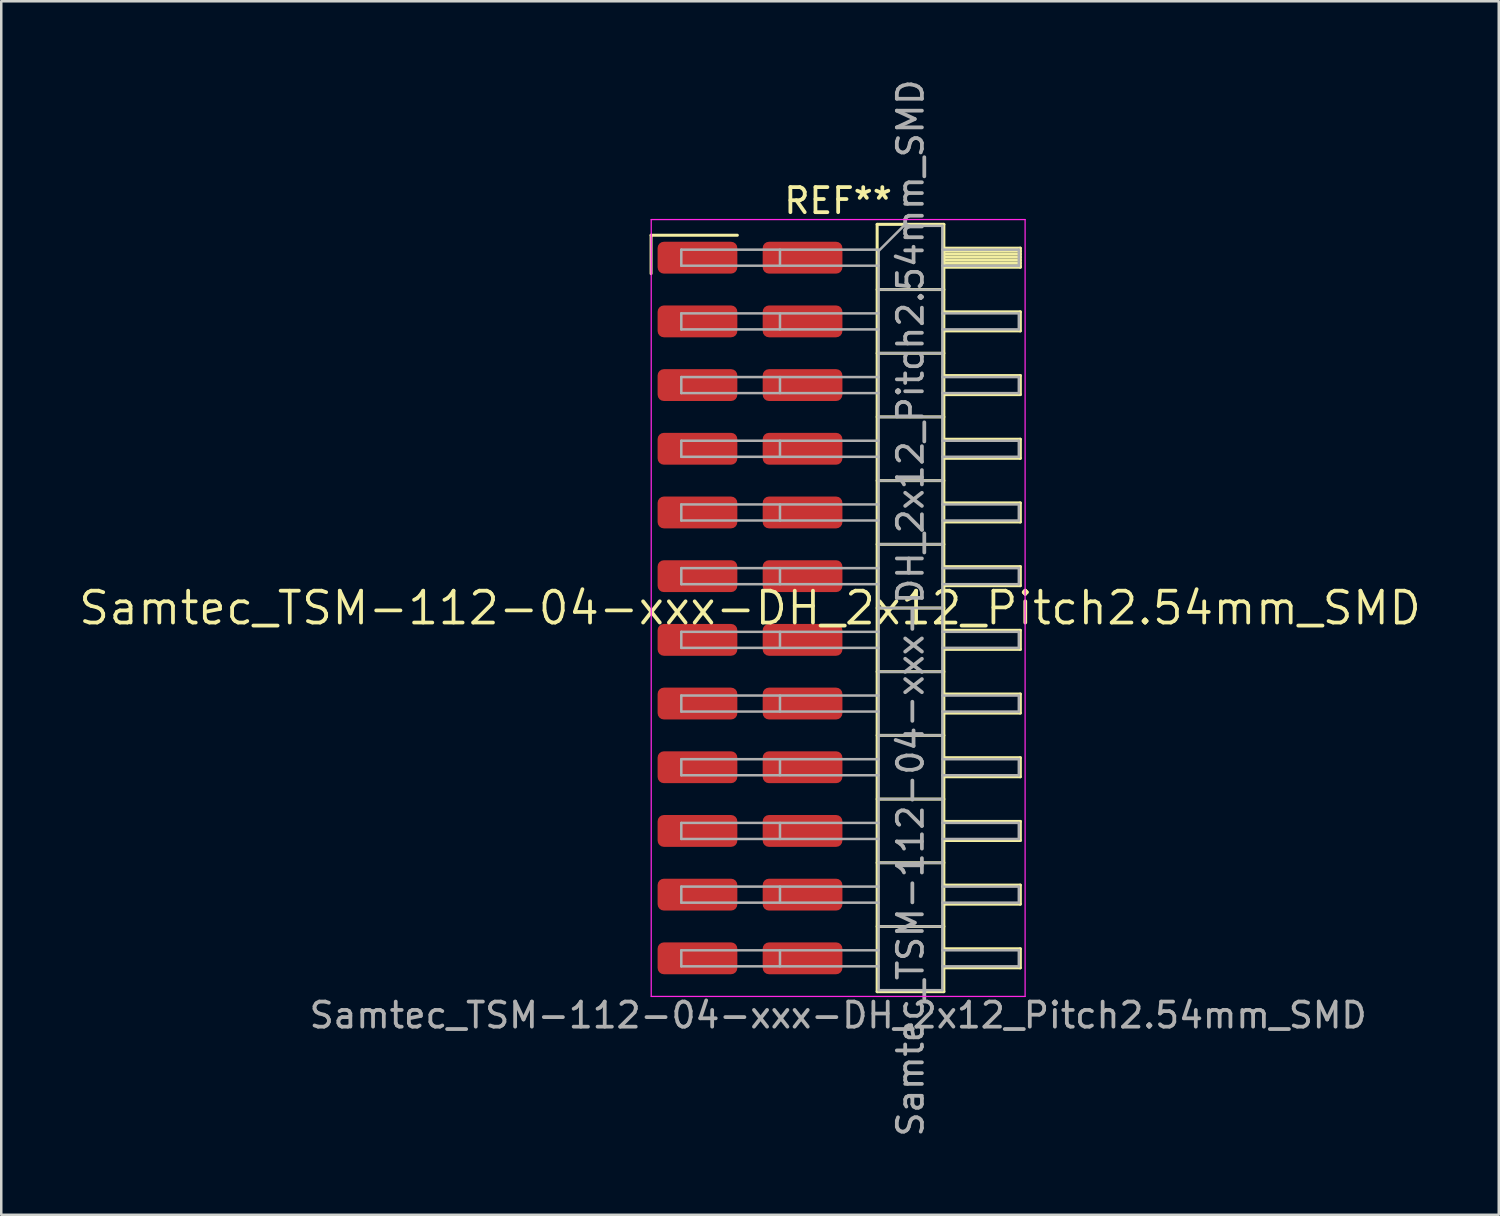
<source format=kicad_pcb>
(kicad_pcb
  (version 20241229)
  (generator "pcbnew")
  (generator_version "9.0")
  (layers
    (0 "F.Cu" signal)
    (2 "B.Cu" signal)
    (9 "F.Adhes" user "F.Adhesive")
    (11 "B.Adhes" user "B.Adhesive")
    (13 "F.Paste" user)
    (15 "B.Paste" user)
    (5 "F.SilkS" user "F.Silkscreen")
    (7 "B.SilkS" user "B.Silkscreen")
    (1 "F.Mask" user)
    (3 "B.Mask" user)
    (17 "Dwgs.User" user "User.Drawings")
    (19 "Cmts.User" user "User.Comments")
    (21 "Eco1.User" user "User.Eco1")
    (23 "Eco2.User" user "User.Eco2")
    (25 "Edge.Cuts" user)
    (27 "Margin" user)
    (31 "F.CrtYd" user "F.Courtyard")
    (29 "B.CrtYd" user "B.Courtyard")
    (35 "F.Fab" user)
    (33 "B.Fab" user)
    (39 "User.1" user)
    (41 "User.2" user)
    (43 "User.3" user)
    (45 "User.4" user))
  (footprint "Samtec_TSM-112-04-xxx-DH_2x12_Pitch2.54mm_SMD"
    (layer "F.Cu")
    (at 26.859 21.196)
    (property "Reference" "Samtec_TSM-112-04-xxx-DH_2x12_Pitch2.54mm_SMD" (at 0 0 0) (layer "F.SilkS") (effects (font (size 1.27 1.27) (thickness 0.15))))
    (attr smd)
    (fp_line (start -3.945 -14.865) (end -0.505 -14.865) (stroke (width 0.12) (type solid)) (layer "F.SilkS"))
    (fp_line (start -3.945 -13.335) (end -3.945 -14.865) (stroke (width 0.12) (type solid)) (layer "F.SilkS"))
    (fp_line (start 5.07 -15.3) (end 7.73 -15.3) (stroke (width 0.12) (type solid)) (layer "F.SilkS"))
    (fp_line (start 5.07 -12.7) (end 7.73 -12.7) (stroke (width 0.12) (type solid)) (layer "F.SilkS"))
    (fp_line (start 5.07 -10.16) (end 7.73 -10.16) (stroke (width 0.12) (type solid)) (layer "F.SilkS"))
    (fp_line (start 5.07 -7.62) (end 7.73 -7.62) (stroke (width 0.12) (type solid)) (layer "F.SilkS"))
    (fp_line (start 5.07 -5.08) (end 7.73 -5.08) (stroke (width 0.12) (type solid)) (layer "F.SilkS"))
    (fp_line (start 5.07 -2.54) (end 7.73 -2.54) (stroke (width 0.12) (type solid)) (layer "F.SilkS"))
    (fp_line (start 5.07 0) (end 7.73 0) (stroke (width 0.12) (type solid)) (layer "F.SilkS"))
    (fp_line (start 5.07 2.54) (end 7.73 2.54) (stroke (width 0.12) (type solid)) (layer "F.SilkS"))
    (fp_line (start 5.07 5.08) (end 7.73 5.08) (stroke (width 0.12) (type solid)) (layer "F.SilkS"))
    (fp_line (start 5.07 7.62) (end 7.73 7.62) (stroke (width 0.12) (type solid)) (layer "F.SilkS"))
    (fp_line (start 5.07 10.16) (end 7.73 10.16) (stroke (width 0.12) (type solid)) (layer "F.SilkS"))
    (fp_line (start 5.07 12.7) (end 7.73 12.7) (stroke (width 0.12) (type solid)) (layer "F.SilkS"))
    (fp_line (start 5.07 15.3) (end 5.07 -15.3) (stroke (width 0.12) (type solid)) (layer "F.SilkS"))
    (fp_line (start 7.73 -15.3) (end 7.73 15.3) (stroke (width 0.12) (type solid)) (layer "F.SilkS"))
    (fp_line (start 7.73 -14.35) (end 10.78 -14.35) (stroke (width 0.12) (type solid)) (layer "F.SilkS"))
    (fp_line (start 7.73 -14.23) (end 10.78 -14.23) (stroke (width 0.12) (type solid)) (layer "F.SilkS"))
    (fp_line (start 7.73 -14.11) (end 10.78 -14.11) (stroke (width 0.12) (type solid)) (layer "F.SilkS"))
    (fp_line (start 7.73 -13.99) (end 10.78 -13.99) (stroke (width 0.12) (type solid)) (layer "F.SilkS"))
    (fp_line (start 7.73 -13.87) (end 10.78 -13.87) (stroke (width 0.12) (type solid)) (layer "F.SilkS"))
    (fp_line (start 7.73 -13.75) (end 10.78 -13.75) (stroke (width 0.12) (type solid)) (layer "F.SilkS"))
    (fp_line (start 7.73 -13.63) (end 10.78 -13.63) (stroke (width 0.12) (type solid)) (layer "F.SilkS"))
    (fp_line (start 7.73 -13.59) (end 10.78 -13.59) (stroke (width 0.12) (type solid)) (layer "F.SilkS"))
    (fp_line (start 7.73 -11.81) (end 10.78 -11.81) (stroke (width 0.12) (type solid)) (layer "F.SilkS"))
    (fp_line (start 7.73 -11.05) (end 10.78 -11.05) (stroke (width 0.12) (type solid)) (layer "F.SilkS"))
    (fp_line (start 7.73 -9.27) (end 10.78 -9.27) (stroke (width 0.12) (type solid)) (layer "F.SilkS"))
    (fp_line (start 7.73 -8.51) (end 10.78 -8.51) (stroke (width 0.12) (type solid)) (layer "F.SilkS"))
    (fp_line (start 7.73 -6.73) (end 10.78 -6.73) (stroke (width 0.12) (type solid)) (layer "F.SilkS"))
    (fp_line (start 7.73 -5.97) (end 10.78 -5.97) (stroke (width 0.12) (type solid)) (layer "F.SilkS"))
    (fp_line (start 7.73 -4.19) (end 10.78 -4.19) (stroke (width 0.12) (type solid)) (layer "F.SilkS"))
    (fp_line (start 7.73 -3.43) (end 10.78 -3.43) (stroke (width 0.12) (type solid)) (layer "F.SilkS"))
    (fp_line (start 7.73 -1.65) (end 10.78 -1.65) (stroke (width 0.12) (type solid)) (layer "F.SilkS"))
    (fp_line (start 7.73 -0.89) (end 10.78 -0.89) (stroke (width 0.12) (type solid)) (layer "F.SilkS"))
    (fp_line (start 7.73 0.89) (end 10.78 0.89) (stroke (width 0.12) (type solid)) (layer "F.SilkS"))
    (fp_line (start 7.73 1.65) (end 10.78 1.65) (stroke (width 0.12) (type solid)) (layer "F.SilkS"))
    (fp_line (start 7.73 3.43) (end 10.78 3.43) (stroke (width 0.12) (type solid)) (layer "F.SilkS"))
    (fp_line (start 7.73 4.19) (end 10.78 4.19) (stroke (width 0.12) (type solid)) (layer "F.SilkS"))
    (fp_line (start 7.73 5.97) (end 10.78 5.97) (stroke (width 0.12) (type solid)) (layer "F.SilkS"))
    (fp_line (start 7.73 6.73) (end 10.78 6.73) (stroke (width 0.12) (type solid)) (layer "F.SilkS"))
    (fp_line (start 7.73 8.51) (end 10.78 8.51) (stroke (width 0.12) (type solid)) (layer "F.SilkS"))
    (fp_line (start 7.73 9.27) (end 10.78 9.27) (stroke (width 0.12) (type solid)) (layer "F.SilkS"))
    (fp_line (start 7.73 11.05) (end 10.78 11.05) (stroke (width 0.12) (type solid)) (layer "F.SilkS"))
    (fp_line (start 7.73 11.81) (end 10.78 11.81) (stroke (width 0.12) (type solid)) (layer "F.SilkS"))
    (fp_line (start 7.73 13.59) (end 10.78 13.59) (stroke (width 0.12) (type solid)) (layer "F.SilkS"))
    (fp_line (start 7.73 14.35) (end 10.78 14.35) (stroke (width 0.12) (type solid)) (layer "F.SilkS"))
    (fp_line (start 7.73 15.3) (end 5.07 15.3) (stroke (width 0.12) (type solid)) (layer "F.SilkS"))
    (fp_line (start 10.78 -14.35) (end 10.78 -13.59) (stroke (width 0.12) (type solid)) (layer "F.SilkS"))
    (fp_line (start 10.78 -11.81) (end 10.78 -11.05) (stroke (width 0.12) (type solid)) (layer "F.SilkS"))
    (fp_line (start 10.78 -9.27) (end 10.78 -8.51) (stroke (width 0.12) (type solid)) (layer "F.SilkS"))
    (fp_line (start 10.78 -6.73) (end 10.78 -5.97) (stroke (width 0.12) (type solid)) (layer "F.SilkS"))
    (fp_line (start 10.78 -4.19) (end 10.78 -3.43) (stroke (width 0.12) (type solid)) (layer "F.SilkS"))
    (fp_line (start 10.78 -1.65) (end 10.78 -0.89) (stroke (width 0.12) (type solid)) (layer "F.SilkS"))
    (fp_line (start 10.78 0.89) (end 10.78 1.65) (stroke (width 0.12) (type solid)) (layer "F.SilkS"))
    (fp_line (start 10.78 3.43) (end 10.78 4.19) (stroke (width 0.12) (type solid)) (layer "F.SilkS"))
    (fp_line (start 10.78 5.97) (end 10.78 6.73) (stroke (width 0.12) (type solid)) (layer "F.SilkS"))
    (fp_line (start 10.78 8.51) (end 10.78 9.27) (stroke (width 0.12) (type solid)) (layer "F.SilkS"))
    (fp_line (start 10.78 11.05) (end 10.78 11.81) (stroke (width 0.12) (type solid)) (layer "F.SilkS"))
    (fp_line (start 10.78 13.59) (end 10.78 14.35) (stroke (width 0.12) (type solid)) (layer "F.SilkS"))
    (fp_line (start -3.94 -15.49) (end 10.97 -15.49) (stroke (width 0.05) (type solid)) (layer "F.CrtYd"))
    (fp_line (start -3.94 15.49) (end -3.94 -15.49) (stroke (width 0.05) (type solid)) (layer "F.CrtYd"))
    (fp_line (start 10.97 -15.49) (end 10.97 15.49) (stroke (width 0.05) (type solid)) (layer "F.CrtYd"))
    (fp_line (start 10.97 15.49) (end -3.94 15.49) (stroke (width 0.05) (type solid)) (layer "F.CrtYd"))
    (fp_line (start -2.74 -14.29) (end -2.74 -13.65) (stroke (width 0.1) (type solid)) (layer "F.Fab"))
    (fp_line (start -2.74 -14.29) (end 5.13 -14.29) (stroke (width 0.1) (type solid)) (layer "F.Fab"))
    (fp_line (start -2.74 -13.65) (end 5.13 -13.65) (stroke (width 0.1) (type solid)) (layer "F.Fab"))
    (fp_line (start -2.74 -11.75) (end -2.74 -11.11) (stroke (width 0.1) (type solid)) (layer "F.Fab"))
    (fp_line (start -2.74 -11.75) (end 5.13 -11.75) (stroke (width 0.1) (type solid)) (layer "F.Fab"))
    (fp_line (start -2.74 -11.11) (end 5.13 -11.11) (stroke (width 0.1) (type solid)) (layer "F.Fab"))
    (fp_line (start -2.74 -9.21) (end -2.74 -8.57) (stroke (width 0.1) (type solid)) (layer "F.Fab"))
    (fp_line (start -2.74 -9.21) (end 5.13 -9.21) (stroke (width 0.1) (type solid)) (layer "F.Fab"))
    (fp_line (start -2.74 -8.57) (end 5.13 -8.57) (stroke (width 0.1) (type solid)) (layer "F.Fab"))
    (fp_line (start -2.74 -6.67) (end -2.74 -6.03) (stroke (width 0.1) (type solid)) (layer "F.Fab"))
    (fp_line (start -2.74 -6.67) (end 5.13 -6.67) (stroke (width 0.1) (type solid)) (layer "F.Fab"))
    (fp_line (start -2.74 -6.03) (end 5.13 -6.03) (stroke (width 0.1) (type solid)) (layer "F.Fab"))
    (fp_line (start -2.74 -4.13) (end -2.74 -3.49) (stroke (width 0.1) (type solid)) (layer "F.Fab"))
    (fp_line (start -2.74 -4.13) (end 5.13 -4.13) (stroke (width 0.1) (type solid)) (layer "F.Fab"))
    (fp_line (start -2.74 -3.49) (end 5.13 -3.49) (stroke (width 0.1) (type solid)) (layer "F.Fab"))
    (fp_line (start -2.74 -1.59) (end -2.74 -0.95) (stroke (width 0.1) (type solid)) (layer "F.Fab"))
    (fp_line (start -2.74 -1.59) (end 5.13 -1.59) (stroke (width 0.1) (type solid)) (layer "F.Fab"))
    (fp_line (start -2.74 -0.95) (end 5.13 -0.95) (stroke (width 0.1) (type solid)) (layer "F.Fab"))
    (fp_line (start -2.74 0.95) (end -2.74 1.59) (stroke (width 0.1) (type solid)) (layer "F.Fab"))
    (fp_line (start -2.74 0.95) (end 5.13 0.95) (stroke (width 0.1) (type solid)) (layer "F.Fab"))
    (fp_line (start -2.74 1.59) (end 5.13 1.59) (stroke (width 0.1) (type solid)) (layer "F.Fab"))
    (fp_line (start -2.74 3.49) (end -2.74 4.13) (stroke (width 0.1) (type solid)) (layer "F.Fab"))
    (fp_line (start -2.74 3.49) (end 5.13 3.49) (stroke (width 0.1) (type solid)) (layer "F.Fab"))
    (fp_line (start -2.74 4.13) (end 5.13 4.13) (stroke (width 0.1) (type solid)) (layer "F.Fab"))
    (fp_line (start -2.74 6.03) (end -2.74 6.67) (stroke (width 0.1) (type solid)) (layer "F.Fab"))
    (fp_line (start -2.74 6.03) (end 5.13 6.03) (stroke (width 0.1) (type solid)) (layer "F.Fab"))
    (fp_line (start -2.74 6.67) (end 5.13 6.67) (stroke (width 0.1) (type solid)) (layer "F.Fab"))
    (fp_line (start -2.74 8.57) (end -2.74 9.21) (stroke (width 0.1) (type solid)) (layer "F.Fab"))
    (fp_line (start -2.74 8.57) (end 5.13 8.57) (stroke (width 0.1) (type solid)) (layer "F.Fab"))
    (fp_line (start -2.74 9.21) (end 5.13 9.21) (stroke (width 0.1) (type solid)) (layer "F.Fab"))
    (fp_line (start -2.74 11.11) (end -2.74 11.75) (stroke (width 0.1) (type solid)) (layer "F.Fab"))
    (fp_line (start -2.74 11.11) (end 5.13 11.11) (stroke (width 0.1) (type solid)) (layer "F.Fab"))
    (fp_line (start -2.74 11.75) (end 5.13 11.75) (stroke (width 0.1) (type solid)) (layer "F.Fab"))
    (fp_line (start -2.74 13.65) (end -2.74 14.29) (stroke (width 0.1) (type solid)) (layer "F.Fab"))
    (fp_line (start -2.74 13.65) (end 5.13 13.65) (stroke (width 0.1) (type solid)) (layer "F.Fab"))
    (fp_line (start -2.74 14.29) (end 5.13 14.29) (stroke (width 0.1) (type solid)) (layer "F.Fab"))
    (fp_line (start 1.195 -14.29) (end 1.195 -13.65) (stroke (width 0.1) (type solid)) (layer "F.Fab"))
    (fp_line (start 1.195 -11.75) (end 1.195 -11.11) (stroke (width 0.1) (type solid)) (layer "F.Fab"))
    (fp_line (start 1.195 -9.21) (end 1.195 -8.57) (stroke (width 0.1) (type solid)) (layer "F.Fab"))
    (fp_line (start 1.195 -6.67) (end 1.195 -6.03) (stroke (width 0.1) (type solid)) (layer "F.Fab"))
    (fp_line (start 1.195 -4.13) (end 1.195 -3.49) (stroke (width 0.1) (type solid)) (layer "F.Fab"))
    (fp_line (start 1.195 -1.59) (end 1.195 -0.95) (stroke (width 0.1) (type solid)) (layer "F.Fab"))
    (fp_line (start 1.195 0.95) (end 1.195 1.59) (stroke (width 0.1) (type solid)) (layer "F.Fab"))
    (fp_line (start 1.195 3.49) (end 1.195 4.13) (stroke (width 0.1) (type solid)) (layer "F.Fab"))
    (fp_line (start 1.195 6.03) (end 1.195 6.67) (stroke (width 0.1) (type solid)) (layer "F.Fab"))
    (fp_line (start 1.195 8.57) (end 1.195 9.21) (stroke (width 0.1) (type solid)) (layer "F.Fab"))
    (fp_line (start 1.195 11.11) (end 1.195 11.75) (stroke (width 0.1) (type solid)) (layer "F.Fab"))
    (fp_line (start 1.195 13.65) (end 1.195 14.29) (stroke (width 0.1) (type solid)) (layer "F.Fab"))
    (fp_line (start 5.13 -14.24) (end 6.13 -15.24) (stroke (width 0.1) (type solid)) (layer "F.Fab"))
    (fp_line (start 5.13 -12.7) (end 7.67 -12.7) (stroke (width 0.1) (type solid)) (layer "F.Fab"))
    (fp_line (start 5.13 -10.16) (end 7.67 -10.16) (stroke (width 0.1) (type solid)) (layer "F.Fab"))
    (fp_line (start 5.13 -7.62) (end 7.67 -7.62) (stroke (width 0.1) (type solid)) (layer "F.Fab"))
    (fp_line (start 5.13 -5.08) (end 7.67 -5.08) (stroke (width 0.1) (type solid)) (layer "F.Fab"))
    (fp_line (start 5.13 -2.54) (end 7.67 -2.54) (stroke (width 0.1) (type solid)) (layer "F.Fab"))
    (fp_line (start 5.13 0) (end 7.67 0) (stroke (width 0.1) (type solid)) (layer "F.Fab"))
    (fp_line (start 5.13 2.54) (end 7.67 2.54) (stroke (width 0.1) (type solid)) (layer "F.Fab"))
    (fp_line (start 5.13 5.08) (end 7.67 5.08) (stroke (width 0.1) (type solid)) (layer "F.Fab"))
    (fp_line (start 5.13 7.62) (end 7.67 7.62) (stroke (width 0.1) (type solid)) (layer "F.Fab"))
    (fp_line (start 5.13 10.16) (end 7.67 10.16) (stroke (width 0.1) (type solid)) (layer "F.Fab"))
    (fp_line (start 5.13 12.7) (end 7.67 12.7) (stroke (width 0.1) (type solid)) (layer "F.Fab"))
    (fp_line (start 5.13 15.24) (end 5.13 -14.24) (stroke (width 0.1) (type solid)) (layer "F.Fab"))
    (fp_line (start 6.13 -15.24) (end 7.67 -15.24) (stroke (width 0.1) (type solid)) (layer "F.Fab"))
    (fp_line (start 7.67 -15.24) (end 7.67 15.24) (stroke (width 0.1) (type solid)) (layer "F.Fab"))
    (fp_line (start 7.67 -14.29) (end 10.72 -14.29) (stroke (width 0.1) (type solid)) (layer "F.Fab"))
    (fp_line (start 7.67 -13.65) (end 10.72 -13.65) (stroke (width 0.1) (type solid)) (layer "F.Fab"))
    (fp_line (start 7.67 -11.75) (end 10.72 -11.75) (stroke (width 0.1) (type solid)) (layer "F.Fab"))
    (fp_line (start 7.67 -11.11) (end 10.72 -11.11) (stroke (width 0.1) (type solid)) (layer "F.Fab"))
    (fp_line (start 7.67 -9.21) (end 10.72 -9.21) (stroke (width 0.1) (type solid)) (layer "F.Fab"))
    (fp_line (start 7.67 -8.57) (end 10.72 -8.57) (stroke (width 0.1) (type solid)) (layer "F.Fab"))
    (fp_line (start 7.67 -6.67) (end 10.72 -6.67) (stroke (width 0.1) (type solid)) (layer "F.Fab"))
    (fp_line (start 7.67 -6.03) (end 10.72 -6.03) (stroke (width 0.1) (type solid)) (layer "F.Fab"))
    (fp_line (start 7.67 -4.13) (end 10.72 -4.13) (stroke (width 0.1) (type solid)) (layer "F.Fab"))
    (fp_line (start 7.67 -3.49) (end 10.72 -3.49) (stroke (width 0.1) (type solid)) (layer "F.Fab"))
    (fp_line (start 7.67 -1.59) (end 10.72 -1.59) (stroke (width 0.1) (type solid)) (layer "F.Fab"))
    (fp_line (start 7.67 -0.95) (end 10.72 -0.95) (stroke (width 0.1) (type solid)) (layer "F.Fab"))
    (fp_line (start 7.67 0.95) (end 10.72 0.95) (stroke (width 0.1) (type solid)) (layer "F.Fab"))
    (fp_line (start 7.67 1.59) (end 10.72 1.59) (stroke (width 0.1) (type solid)) (layer "F.Fab"))
    (fp_line (start 7.67 3.49) (end 10.72 3.49) (stroke (width 0.1) (type solid)) (layer "F.Fab"))
    (fp_line (start 7.67 4.13) (end 10.72 4.13) (stroke (width 0.1) (type solid)) (layer "F.Fab"))
    (fp_line (start 7.67 6.03) (end 10.72 6.03) (stroke (width 0.1) (type solid)) (layer "F.Fab"))
    (fp_line (start 7.67 6.67) (end 10.72 6.67) (stroke (width 0.1) (type solid)) (layer "F.Fab"))
    (fp_line (start 7.67 8.57) (end 10.72 8.57) (stroke (width 0.1) (type solid)) (layer "F.Fab"))
    (fp_line (start 7.67 9.21) (end 10.72 9.21) (stroke (width 0.1) (type solid)) (layer "F.Fab"))
    (fp_line (start 7.67 11.11) (end 10.72 11.11) (stroke (width 0.1) (type solid)) (layer "F.Fab"))
    (fp_line (start 7.67 11.75) (end 10.72 11.75) (stroke (width 0.1) (type solid)) (layer "F.Fab"))
    (fp_line (start 7.67 13.65) (end 10.72 13.65) (stroke (width 0.1) (type solid)) (layer "F.Fab"))
    (fp_line (start 7.67 14.29) (end 10.72 14.29) (stroke (width 0.1) (type solid)) (layer "F.Fab"))
    (fp_line (start 7.67 15.24) (end 5.13 15.24) (stroke (width 0.1) (type solid)) (layer "F.Fab"))
    (fp_line (start 10.72 -14.29) (end 10.72 -13.65) (stroke (width 0.1) (type solid)) (layer "F.Fab"))
    (fp_line (start 10.72 -11.75) (end 10.72 -11.11) (stroke (width 0.1) (type solid)) (layer "F.Fab"))
    (fp_line (start 10.72 -9.21) (end 10.72 -8.57) (stroke (width 0.1) (type solid)) (layer "F.Fab"))
    (fp_line (start 10.72 -6.67) (end 10.72 -6.03) (stroke (width 0.1) (type solid)) (layer "F.Fab"))
    (fp_line (start 10.72 -4.13) (end 10.72 -3.49) (stroke (width 0.1) (type solid)) (layer "F.Fab"))
    (fp_line (start 10.72 -1.59) (end 10.72 -0.95) (stroke (width 0.1) (type solid)) (layer "F.Fab"))
    (fp_line (start 10.72 0.95) (end 10.72 1.59) (stroke (width 0.1) (type solid)) (layer "F.Fab"))
    (fp_line (start 10.72 3.49) (end 10.72 4.13) (stroke (width 0.1) (type solid)) (layer "F.Fab"))
    (fp_line (start 10.72 6.03) (end 10.72 6.67) (stroke (width 0.1) (type solid)) (layer "F.Fab"))
    (fp_line (start 10.72 8.57) (end 10.72 9.21) (stroke (width 0.1) (type solid)) (layer "F.Fab"))
    (fp_line (start 10.72 11.11) (end 10.72 11.75) (stroke (width 0.1) (type solid)) (layer "F.Fab"))
    (fp_line (start 10.72 13.65) (end 10.72 14.29) (stroke (width 0.1) (type solid)) (layer "F.Fab"))
    (fp_text user "REF**" (at 3.515 -16.24 0) (layer "F.SilkS") (effects (font (size 1 1) (thickness 0.15))))
    (fp_text user "Samtec_TSM-112-04-xxx-DH_2x12_Pitch2.54mm_SMD" (at 3.515 16.24 0) (layer "F.Fab") (effects (font (size 1 1) (thickness 0.15))))
    (fp_text user "${REFERENCE}" (at 6.4 0 90) (layer "F.Fab") (effects (font (size 1 1) (thickness 0.15))))
    (pad "1" smd roundrect (at -2.095 -13.97) (size 3.18 1.27) (layers "F.Cu" "F.Mask" "F.Paste") (roundrect_rratio 0.197))
    (pad "2" smd roundrect (at 2.095 -13.97) (size 3.18 1.27) (layers "F.Cu" "F.Mask" "F.Paste") (roundrect_rratio 0.197))
    (pad "3" smd roundrect (at -2.095 -11.43) (size 3.18 1.27) (layers "F.Cu" "F.Mask" "F.Paste") (roundrect_rratio 0.197))
    (pad "4" smd roundrect (at 2.095 -11.43) (size 3.18 1.27) (layers "F.Cu" "F.Mask" "F.Paste") (roundrect_rratio 0.197))
    (pad "5" smd roundrect (at -2.095 -8.89) (size 3.18 1.27) (layers "F.Cu" "F.Mask" "F.Paste") (roundrect_rratio 0.197))
    (pad "6" smd roundrect (at 2.095 -8.89) (size 3.18 1.27) (layers "F.Cu" "F.Mask" "F.Paste") (roundrect_rratio 0.197))
    (pad "7" smd roundrect (at -2.095 -6.35) (size 3.18 1.27) (layers "F.Cu" "F.Mask" "F.Paste") (roundrect_rratio 0.197))
    (pad "8" smd roundrect (at 2.095 -6.35) (size 3.18 1.27) (layers "F.Cu" "F.Mask" "F.Paste") (roundrect_rratio 0.197))
    (pad "9" smd roundrect (at -2.095 -3.81) (size 3.18 1.27) (layers "F.Cu" "F.Mask" "F.Paste") (roundrect_rratio 0.197))
    (pad "10" smd roundrect (at 2.095 -3.81) (size 3.18 1.27) (layers "F.Cu" "F.Mask" "F.Paste") (roundrect_rratio 0.197))
    (pad "11" smd roundrect (at -2.095 -1.27) (size 3.18 1.27) (layers "F.Cu" "F.Mask" "F.Paste") (roundrect_rratio 0.197))
    (pad "12" smd roundrect (at 2.095 -1.27) (size 3.18 1.27) (layers "F.Cu" "F.Mask" "F.Paste") (roundrect_rratio 0.197))
    (pad "13" smd roundrect (at -2.095 1.27) (size 3.18 1.27) (layers "F.Cu" "F.Mask" "F.Paste") (roundrect_rratio 0.197))
    (pad "14" smd roundrect (at 2.095 1.27) (size 3.18 1.27) (layers "F.Cu" "F.Mask" "F.Paste") (roundrect_rratio 0.197))
    (pad "15" smd roundrect (at -2.095 3.81) (size 3.18 1.27) (layers "F.Cu" "F.Mask" "F.Paste") (roundrect_rratio 0.197))
    (pad "16" smd roundrect (at 2.095 3.81) (size 3.18 1.27) (layers "F.Cu" "F.Mask" "F.Paste") (roundrect_rratio 0.197))
    (pad "17" smd roundrect (at -2.095 6.35) (size 3.18 1.27) (layers "F.Cu" "F.Mask" "F.Paste") (roundrect_rratio 0.197))
    (pad "18" smd roundrect (at 2.095 6.35) (size 3.18 1.27) (layers "F.Cu" "F.Mask" "F.Paste") (roundrect_rratio 0.197))
    (pad "19" smd roundrect (at -2.095 8.89) (size 3.18 1.27) (layers "F.Cu" "F.Mask" "F.Paste") (roundrect_rratio 0.197))
    (pad "20" smd roundrect (at 2.095 8.89) (size 3.18 1.27) (layers "F.Cu" "F.Mask" "F.Paste") (roundrect_rratio 0.197))
    (pad "21" smd roundrect (at -2.095 11.43) (size 3.18 1.27) (layers "F.Cu" "F.Mask" "F.Paste") (roundrect_rratio 0.197))
    (pad "22" smd roundrect (at 2.095 11.43) (size 3.18 1.27) (layers "F.Cu" "F.Mask" "F.Paste") (roundrect_rratio 0.197))
    (pad "23" smd roundrect (at -2.095 13.97) (size 3.18 1.27) (layers "F.Cu" "F.Mask" "F.Paste") (roundrect_rratio 0.197))
    (pad "24" smd roundrect (at 2.095 13.97) (size 3.18 1.27) (layers "F.Cu" "F.Mask" "F.Paste") (roundrect_rratio 0.197)))
  (gr_rect
    (start -3 -3)
    (end 56.717 45.393)
    (stroke (width 0.1) (type default))
    (fill no)
    (layer "Edge.Cuts")))
</source>
